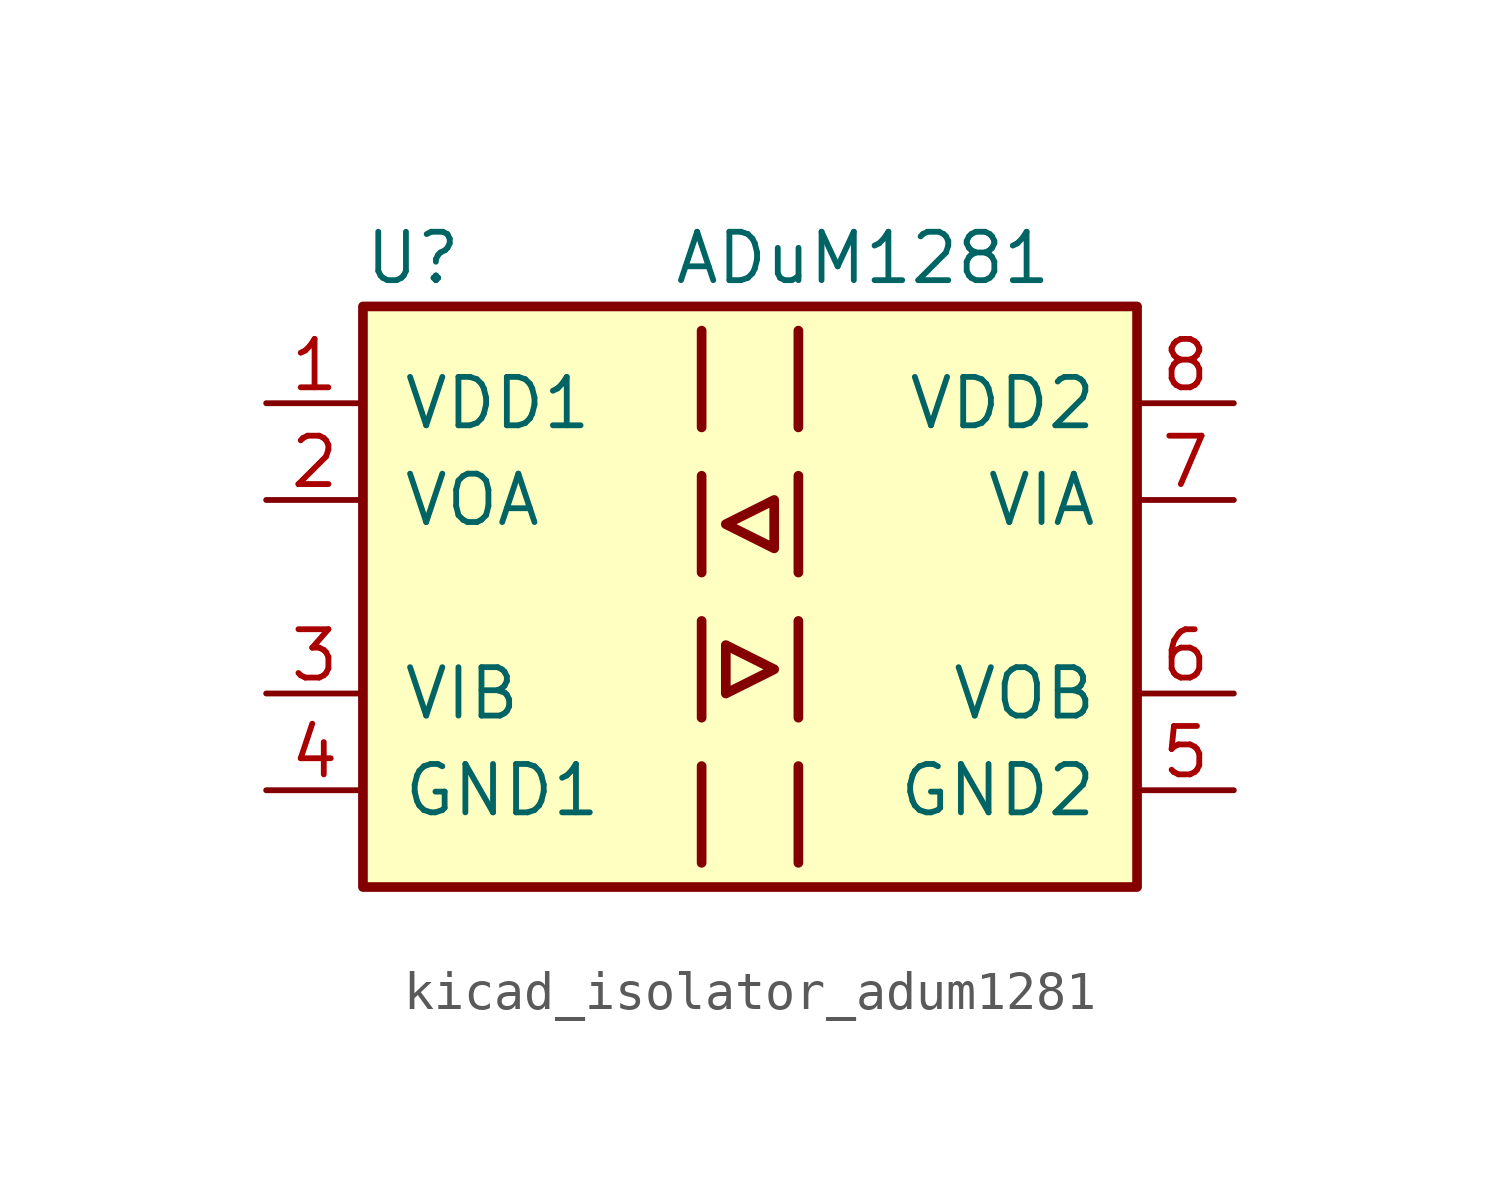
<source format=kicad_sym>
(kicad_symbol_lib
  (version 20220914)
  (generator kicad_symbol_editor)
  (symbol "kicad_isolator_adum1281"
    (pin_names
      (offset 1.016))
    (property "Reference" "U"
      (at -10.16 8.89 0)
      (effects (font (size 1.27 1.27)) (justify left)))
    (property "Value" "ADuM1281"
      (at -2.032 8.89 0)
      (effects (font (size 1.27 1.27)) (justify left)))
    (symbol "kicad_isolator_adum1281_0_1"
      (rectangle (start -10.16 7.62) (end 10.16 -7.62) (stroke (width 0.254) (type default)) (fill (type background)))
      (polyline (pts (xy -1.27 -4.445) (xy -1.27 -6.985)) (stroke (width 0.254) (type default)) (fill (type none)))
      (polyline (pts (xy -1.27 -0.635) (xy -1.27 -3.175)) (stroke (width 0.254) (type default)) (fill (type none)))
      (polyline (pts (xy -1.27 3.175) (xy -1.27 0.635)) (stroke (width 0.254) (type default)) (fill (type none)))
      (polyline (pts (xy -1.27 6.985) (xy -1.27 4.445)) (stroke (width 0.254) (type default)) (fill (type none)))
      (polyline (pts (xy 1.27 -4.445) (xy 1.27 -6.985)) (stroke (width 0.254) (type default)) (fill (type none)))
      (polyline (pts (xy 1.27 -0.635) (xy 1.27 -3.175)) (stroke (width 0.254) (type default)) (fill (type none)))
      (polyline (pts (xy 1.27 3.175) (xy 1.27 0.635)) (stroke (width 0.254) (type default)) (fill (type none)))
      (polyline (pts (xy 1.27 6.985) (xy 1.27 4.445)) (stroke (width 0.254) (type default)) (fill (type none)))
      (polyline (pts (xy -0.635 -1.27) (xy -0.635 -2.54) (xy 0.635 -1.905) (xy -0.635 -1.27)) (stroke (width 0.254) (type default)) (fill (type none)))
      (polyline (pts (xy 0.635 2.54) (xy 0.635 1.27) (xy -0.635 1.905) (xy 0.635 2.54)) (stroke (width 0.254) (type default)) (fill (type none))))
    (symbol "kicad_isolator_adum1281_1_1"
      (pin power_in line (at -12.7 5.08 0) (length 2.54) (name "VDD1" (effects (font (size 1.27 1.27)))) (number "1" (effects (font (size 1.27 1.27)))))
      (pin output line (at -12.7 2.54 0) (length 2.54) (name "VOA" (effects (font (size 1.27 1.27)))) (number "2" (effects (font (size 1.27 1.27)))))
      (pin input line (at -12.7 -2.54 0) (length 2.54) (name "VIB" (effects (font (size 1.27 1.27)))) (number "3" (effects (font (size 1.27 1.27)))))
      (pin power_in line (at -12.7 -5.08 0) (length 2.54) (name "GND1" (effects (font (size 1.27 1.27)))) (number "4" (effects (font (size 1.27 1.27)))))
      (pin power_in line (at 12.7 -5.08 180) (length 2.54) (name "GND2" (effects (font (size 1.27 1.27)))) (number "5" (effects (font (size 1.27 1.27)))))
      (pin output line (at 12.7 -2.54 180) (length 2.54) (name "VOB" (effects (font (size 1.27 1.27)))) (number "6" (effects (font (size 1.27 1.27)))))
      (pin input line (at 12.7 2.54 180) (length 2.54) (name "VIA" (effects (font (size 1.27 1.27)))) (number "7" (effects (font (size 1.27 1.27)))))
      (pin power_in line (at 12.7 5.08 180) (length 2.54) (name "VDD2" (effects (font (size 1.27 1.27)))) (number "8" (effects (font (size 1.27 1.27))))))))
</source>
